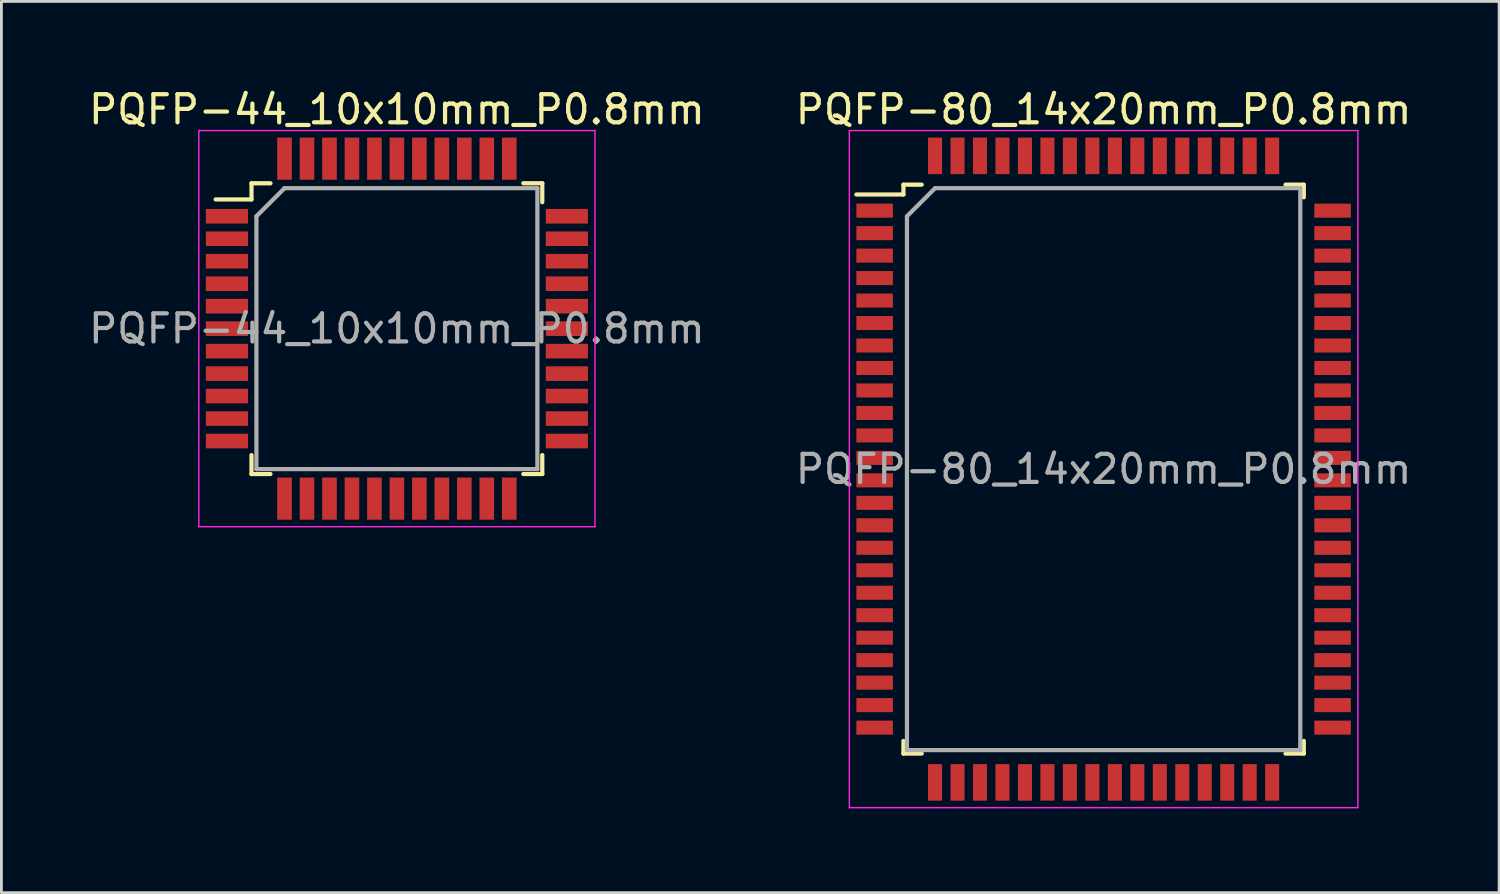
<source format=kicad_pcb>
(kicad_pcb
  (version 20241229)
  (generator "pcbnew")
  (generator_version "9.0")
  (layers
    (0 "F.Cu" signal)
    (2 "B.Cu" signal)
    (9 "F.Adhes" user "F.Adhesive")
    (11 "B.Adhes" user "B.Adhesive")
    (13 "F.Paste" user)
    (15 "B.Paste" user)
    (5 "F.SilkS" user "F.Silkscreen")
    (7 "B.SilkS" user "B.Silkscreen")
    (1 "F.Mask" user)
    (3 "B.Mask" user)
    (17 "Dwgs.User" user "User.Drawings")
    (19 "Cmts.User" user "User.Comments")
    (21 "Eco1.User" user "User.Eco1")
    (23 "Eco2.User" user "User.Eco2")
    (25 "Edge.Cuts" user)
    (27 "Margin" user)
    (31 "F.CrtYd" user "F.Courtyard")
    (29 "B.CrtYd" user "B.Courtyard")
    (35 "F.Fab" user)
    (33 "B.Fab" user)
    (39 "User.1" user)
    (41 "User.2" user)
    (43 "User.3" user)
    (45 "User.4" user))
  (footprint "PQFP-44_10x10mm_P0.8mm"
    (layer "F.Cu")
    (at 11.077 8.648)
    (property "Reference" "PQFP-44_10x10mm_P0.8mm" (at 0 -7.8 0) (layer "F.SilkS") (effects (font (size 1 1) (thickness 0.15))))
    (attr smd)
    (fp_line (start -5.175 -5.175) (end -5.175 -4.6) (stroke (width 0.15) (type solid)) (layer "F.SilkS"))
    (fp_line (start -5.175 -5.175) (end -4.5 -5.175) (stroke (width 0.15) (type solid)) (layer "F.SilkS"))
    (fp_line (start -5.175 -4.6) (end -6.45 -4.6) (stroke (width 0.15) (type solid)) (layer "F.SilkS"))
    (fp_line (start -5.175 5.175) (end -5.175 4.5) (stroke (width 0.15) (type solid)) (layer "F.SilkS"))
    (fp_line (start -5.175 5.175) (end -4.5 5.175) (stroke (width 0.15) (type solid)) (layer "F.SilkS"))
    (fp_line (start 5.175 -5.175) (end 4.5 -5.175) (stroke (width 0.15) (type solid)) (layer "F.SilkS"))
    (fp_line (start 5.175 -5.175) (end 5.175 -4.5) (stroke (width 0.15) (type solid)) (layer "F.SilkS"))
    (fp_line (start 5.175 5.175) (end 4.5 5.175) (stroke (width 0.15) (type solid)) (layer "F.SilkS"))
    (fp_line (start 5.175 5.175) (end 5.175 4.5) (stroke (width 0.15) (type solid)) (layer "F.SilkS"))
    (fp_line (start -7.05 -7.05) (end -7.05 7.05) (stroke (width 0.05) (type solid)) (layer "F.CrtYd"))
    (fp_line (start -7.05 -7.05) (end 7.05 -7.05) (stroke (width 0.05) (type solid)) (layer "F.CrtYd"))
    (fp_line (start -7.05 7.05) (end 7.05 7.05) (stroke (width 0.05) (type solid)) (layer "F.CrtYd"))
    (fp_line (start 7.05 -7.05) (end 7.05 7.05) (stroke (width 0.05) (type solid)) (layer "F.CrtYd"))
    (fp_line (start -5 -4) (end -4 -5) (stroke (width 0.15) (type solid)) (layer "F.Fab"))
    (fp_line (start -5 5) (end -5 -4) (stroke (width 0.15) (type solid)) (layer "F.Fab"))
    (fp_line (start -4 -5) (end 5 -5) (stroke (width 0.15) (type solid)) (layer "F.Fab"))
    (fp_line (start 5 -5) (end 5 5) (stroke (width 0.15) (type solid)) (layer "F.Fab"))
    (fp_line (start 5 5) (end -5 5) (stroke (width 0.15) (type solid)) (layer "F.Fab"))
    (fp_text user "${REFERENCE}" (at 0 0 0) (layer "F.Fab") (effects (font (size 1 1) (thickness 0.15))))
    (pad "1" smd rect (at -6.05 -4) (size 1.5 0.52) (layers "F.Cu" "F.Mask" "F.Paste"))
    (pad "2" smd rect (at -6.05 -3.2) (size 1.5 0.52) (layers "F.Cu" "F.Mask" "F.Paste"))
    (pad "3" smd rect (at -6.05 -2.4) (size 1.5 0.52) (layers "F.Cu" "F.Mask" "F.Paste"))
    (pad "4" smd rect (at -6.05 -1.6) (size 1.5 0.52) (layers "F.Cu" "F.Mask" "F.Paste"))
    (pad "5" smd rect (at -6.05 -0.8) (size 1.5 0.52) (layers "F.Cu" "F.Mask" "F.Paste"))
    (pad "6" smd rect (at -6.05 0) (size 1.5 0.52) (layers "F.Cu" "F.Mask" "F.Paste"))
    (pad "7" smd rect (at -6.05 0.8) (size 1.5 0.52) (layers "F.Cu" "F.Mask" "F.Paste"))
    (pad "8" smd rect (at -6.05 1.6) (size 1.5 0.52) (layers "F.Cu" "F.Mask" "F.Paste"))
    (pad "9" smd rect (at -6.05 2.4) (size 1.5 0.52) (layers "F.Cu" "F.Mask" "F.Paste"))
    (pad "10" smd rect (at -6.05 3.2) (size 1.5 0.52) (layers "F.Cu" "F.Mask" "F.Paste"))
    (pad "11" smd rect (at -6.05 4) (size 1.5 0.52) (layers "F.Cu" "F.Mask" "F.Paste"))
    (pad "12" smd rect (at -4 6.05) (size 0.52 1.5) (layers "F.Cu" "F.Mask" "F.Paste"))
    (pad "13" smd rect (at -3.2 6.05) (size 0.52 1.5) (layers "F.Cu" "F.Mask" "F.Paste"))
    (pad "14" smd rect (at -2.4 6.05) (size 0.52 1.5) (layers "F.Cu" "F.Mask" "F.Paste"))
    (pad "15" smd rect (at -1.6 6.05) (size 0.52 1.5) (layers "F.Cu" "F.Mask" "F.Paste"))
    (pad "16" smd rect (at -0.8 6.05) (size 0.52 1.5) (layers "F.Cu" "F.Mask" "F.Paste"))
    (pad "17" smd rect (at 0 6.05) (size 0.52 1.5) (layers "F.Cu" "F.Mask" "F.Paste"))
    (pad "18" smd rect (at 0.8 6.05) (size 0.52 1.5) (layers "F.Cu" "F.Mask" "F.Paste"))
    (pad "19" smd rect (at 1.6 6.05) (size 0.52 1.5) (layers "F.Cu" "F.Mask" "F.Paste"))
    (pad "20" smd rect (at 2.4 6.05) (size 0.52 1.5) (layers "F.Cu" "F.Mask" "F.Paste"))
    (pad "21" smd rect (at 3.2 6.05) (size 0.52 1.5) (layers "F.Cu" "F.Mask" "F.Paste"))
    (pad "22" smd rect (at 4 6.05) (size 0.52 1.5) (layers "F.Cu" "F.Mask" "F.Paste"))
    (pad "23" smd rect (at 6.05 4) (size 1.5 0.52) (layers "F.Cu" "F.Mask" "F.Paste"))
    (pad "24" smd rect (at 6.05 3.2) (size 1.5 0.52) (layers "F.Cu" "F.Mask" "F.Paste"))
    (pad "25" smd rect (at 6.05 2.4) (size 1.5 0.52) (layers "F.Cu" "F.Mask" "F.Paste"))
    (pad "26" smd rect (at 6.05 1.6) (size 1.5 0.52) (layers "F.Cu" "F.Mask" "F.Paste"))
    (pad "27" smd rect (at 6.05 0.8) (size 1.5 0.52) (layers "F.Cu" "F.Mask" "F.Paste"))
    (pad "28" smd rect (at 6.05 0) (size 1.5 0.52) (layers "F.Cu" "F.Mask" "F.Paste"))
    (pad "29" smd rect (at 6.05 -0.8) (size 1.5 0.52) (layers "F.Cu" "F.Mask" "F.Paste"))
    (pad "30" smd rect (at 6.05 -1.6) (size 1.5 0.52) (layers "F.Cu" "F.Mask" "F.Paste"))
    (pad "31" smd rect (at 6.05 -2.4) (size 1.5 0.52) (layers "F.Cu" "F.Mask" "F.Paste"))
    (pad "32" smd rect (at 6.05 -3.2) (size 1.5 0.52) (layers "F.Cu" "F.Mask" "F.Paste"))
    (pad "33" smd rect (at 6.05 -4) (size 1.5 0.52) (layers "F.Cu" "F.Mask" "F.Paste"))
    (pad "34" smd rect (at 4 -6.05) (size 0.52 1.5) (layers "F.Cu" "F.Mask" "F.Paste"))
    (pad "35" smd rect (at 3.2 -6.05) (size 0.52 1.5) (layers "F.Cu" "F.Mask" "F.Paste"))
    (pad "36" smd rect (at 2.4 -6.05) (size 0.52 1.5) (layers "F.Cu" "F.Mask" "F.Paste"))
    (pad "37" smd rect (at 1.6 -6.05) (size 0.52 1.5) (layers "F.Cu" "F.Mask" "F.Paste"))
    (pad "38" smd rect (at 0.8 -6.05) (size 0.52 1.5) (layers "F.Cu" "F.Mask" "F.Paste"))
    (pad "39" smd rect (at 0 -6.05) (size 0.52 1.5) (layers "F.Cu" "F.Mask" "F.Paste"))
    (pad "40" smd rect (at -0.8 -6.05) (size 0.52 1.5) (layers "F.Cu" "F.Mask" "F.Paste"))
    (pad "41" smd rect (at -1.6 -6.05) (size 0.52 1.5) (layers "F.Cu" "F.Mask" "F.Paste"))
    (pad "42" smd rect (at -2.4 -6.05) (size 0.52 1.5) (layers "F.Cu" "F.Mask" "F.Paste"))
    (pad "43" smd rect (at -3.2 -6.05) (size 0.52 1.5) (layers "F.Cu" "F.Mask" "F.Paste"))
    (pad "44" smd rect (at -4 -6.05) (size 0.52 1.5) (layers "F.Cu" "F.Mask" "F.Paste")))
  (footprint "PQFP-80_14x20mm_P0.8mm"
    (layer "F.Cu")
    (at 36.232 13.648)
    (property "Reference" "PQFP-80_14x20mm_P0.8mm" (at 0 -12.8 0) (layer "F.SilkS") (effects (font (size 1 1) (thickness 0.15))))
    (attr smd)
    (fp_line (start -7.125 -10.125) (end -7.125 -9.775) (stroke (width 0.15) (type solid)) (layer "F.SilkS"))
    (fp_line (start -7.125 -10.125) (end -6.475 -10.125) (stroke (width 0.15) (type solid)) (layer "F.SilkS"))
    (fp_line (start -7.125 -9.775) (end -8.8 -9.775) (stroke (width 0.15) (type solid)) (layer "F.SilkS"))
    (fp_line (start -7.125 10.125) (end -7.125 9.675) (stroke (width 0.15) (type solid)) (layer "F.SilkS"))
    (fp_line (start -7.125 10.125) (end -6.475 10.125) (stroke (width 0.15) (type solid)) (layer "F.SilkS"))
    (fp_line (start 7.125 -10.125) (end 6.475 -10.125) (stroke (width 0.15) (type solid)) (layer "F.SilkS"))
    (fp_line (start 7.125 -10.125) (end 7.125 -9.675) (stroke (width 0.15) (type solid)) (layer "F.SilkS"))
    (fp_line (start 7.125 10.125) (end 6.475 10.125) (stroke (width 0.15) (type solid)) (layer "F.SilkS"))
    (fp_line (start 7.125 10.125) (end 7.125 9.675) (stroke (width 0.15) (type solid)) (layer "F.SilkS"))
    (fp_line (start -9.05 -12.05) (end -9.05 12.05) (stroke (width 0.05) (type solid)) (layer "F.CrtYd"))
    (fp_line (start -9.05 -12.05) (end 9.05 -12.05) (stroke (width 0.05) (type solid)) (layer "F.CrtYd"))
    (fp_line (start -9.05 12.05) (end 9.05 12.05) (stroke (width 0.05) (type solid)) (layer "F.CrtYd"))
    (fp_line (start 9.05 -12.05) (end 9.05 12.05) (stroke (width 0.05) (type solid)) (layer "F.CrtYd"))
    (fp_line (start -7 -9) (end -6 -10) (stroke (width 0.15) (type solid)) (layer "F.Fab"))
    (fp_line (start -7 10) (end -7 -9) (stroke (width 0.15) (type solid)) (layer "F.Fab"))
    (fp_line (start -6 -10) (end 7 -10) (stroke (width 0.15) (type solid)) (layer "F.Fab"))
    (fp_line (start 7 -10) (end 7 10) (stroke (width 0.15) (type solid)) (layer "F.Fab"))
    (fp_line (start 7 10) (end -7 10) (stroke (width 0.15) (type solid)) (layer "F.Fab"))
    (fp_text user "${REFERENCE}" (at 0 0 0) (layer "F.Fab") (effects (font (size 1 1) (thickness 0.15))))
    (pad "1" smd rect (at -8.15 -9.2) (size 1.3 0.5) (layers "F.Cu" "F.Mask" "F.Paste"))
    (pad "2" smd rect (at -8.15 -8.4) (size 1.3 0.5) (layers "F.Cu" "F.Mask" "F.Paste"))
    (pad "3" smd rect (at -8.15 -7.6) (size 1.3 0.5) (layers "F.Cu" "F.Mask" "F.Paste"))
    (pad "4" smd rect (at -8.15 -6.8) (size 1.3 0.5) (layers "F.Cu" "F.Mask" "F.Paste"))
    (pad "5" smd rect (at -8.15 -6) (size 1.3 0.5) (layers "F.Cu" "F.Mask" "F.Paste"))
    (pad "6" smd rect (at -8.15 -5.2) (size 1.3 0.5) (layers "F.Cu" "F.Mask" "F.Paste"))
    (pad "7" smd rect (at -8.15 -4.4) (size 1.3 0.5) (layers "F.Cu" "F.Mask" "F.Paste"))
    (pad "8" smd rect (at -8.15 -3.6) (size 1.3 0.5) (layers "F.Cu" "F.Mask" "F.Paste"))
    (pad "9" smd rect (at -8.15 -2.8) (size 1.3 0.5) (layers "F.Cu" "F.Mask" "F.Paste"))
    (pad "10" smd rect (at -8.15 -2) (size 1.3 0.5) (layers "F.Cu" "F.Mask" "F.Paste"))
    (pad "11" smd rect (at -8.15 -1.2) (size 1.3 0.5) (layers "F.Cu" "F.Mask" "F.Paste"))
    (pad "12" smd rect (at -8.15 -0.4) (size 1.3 0.5) (layers "F.Cu" "F.Mask" "F.Paste"))
    (pad "13" smd rect (at -8.15 0.4) (size 1.3 0.5) (layers "F.Cu" "F.Mask" "F.Paste"))
    (pad "14" smd rect (at -8.15 1.2) (size 1.3 0.5) (layers "F.Cu" "F.Mask" "F.Paste"))
    (pad "15" smd rect (at -8.15 2) (size 1.3 0.5) (layers "F.Cu" "F.Mask" "F.Paste"))
    (pad "16" smd rect (at -8.15 2.8) (size 1.3 0.5) (layers "F.Cu" "F.Mask" "F.Paste"))
    (pad "17" smd rect (at -8.15 3.6) (size 1.3 0.5) (layers "F.Cu" "F.Mask" "F.Paste"))
    (pad "18" smd rect (at -8.15 4.4) (size 1.3 0.5) (layers "F.Cu" "F.Mask" "F.Paste"))
    (pad "19" smd rect (at -8.15 5.2) (size 1.3 0.5) (layers "F.Cu" "F.Mask" "F.Paste"))
    (pad "20" smd rect (at -8.15 6) (size 1.3 0.5) (layers "F.Cu" "F.Mask" "F.Paste"))
    (pad "21" smd rect (at -8.15 6.8) (size 1.3 0.5) (layers "F.Cu" "F.Mask" "F.Paste"))
    (pad "22" smd rect (at -8.15 7.6) (size 1.3 0.5) (layers "F.Cu" "F.Mask" "F.Paste"))
    (pad "23" smd rect (at -8.15 8.4) (size 1.3 0.5) (layers "F.Cu" "F.Mask" "F.Paste"))
    (pad "24" smd rect (at -8.15 9.2) (size 1.3 0.5) (layers "F.Cu" "F.Mask" "F.Paste"))
    (pad "25" smd rect (at -6 11.15 90) (size 1.3 0.5) (layers "F.Cu" "F.Mask" "F.Paste"))
    (pad "26" smd rect (at -5.2 11.15 90) (size 1.3 0.5) (layers "F.Cu" "F.Mask" "F.Paste"))
    (pad "27" smd rect (at -4.4 11.15 90) (size 1.3 0.5) (layers "F.Cu" "F.Mask" "F.Paste"))
    (pad "28" smd rect (at -3.6 11.15 90) (size 1.3 0.5) (layers "F.Cu" "F.Mask" "F.Paste"))
    (pad "29" smd rect (at -2.8 11.15 90) (size 1.3 0.5) (layers "F.Cu" "F.Mask" "F.Paste"))
    (pad "30" smd rect (at -2 11.15 90) (size 1.3 0.5) (layers "F.Cu" "F.Mask" "F.Paste"))
    (pad "31" smd rect (at -1.2 11.15 90) (size 1.3 0.5) (layers "F.Cu" "F.Mask" "F.Paste"))
    (pad "32" smd rect (at -0.4 11.15 90) (size 1.3 0.5) (layers "F.Cu" "F.Mask" "F.Paste"))
    (pad "33" smd rect (at 0.4 11.15 90) (size 1.3 0.5) (layers "F.Cu" "F.Mask" "F.Paste"))
    (pad "34" smd rect (at 1.2 11.15 90) (size 1.3 0.5) (layers "F.Cu" "F.Mask" "F.Paste"))
    (pad "35" smd rect (at 2 11.15 90) (size 1.3 0.5) (layers "F.Cu" "F.Mask" "F.Paste"))
    (pad "36" smd rect (at 2.8 11.15 90) (size 1.3 0.5) (layers "F.Cu" "F.Mask" "F.Paste"))
    (pad "37" smd rect (at 3.6 11.15 90) (size 1.3 0.5) (layers "F.Cu" "F.Mask" "F.Paste"))
    (pad "38" smd rect (at 4.4 11.15 90) (size 1.3 0.5) (layers "F.Cu" "F.Mask" "F.Paste"))
    (pad "39" smd rect (at 5.2 11.15 90) (size 1.3 0.5) (layers "F.Cu" "F.Mask" "F.Paste"))
    (pad "40" smd rect (at 6 11.15 90) (size 1.3 0.5) (layers "F.Cu" "F.Mask" "F.Paste"))
    (pad "41" smd rect (at 8.15 9.2) (size 1.3 0.5) (layers "F.Cu" "F.Mask" "F.Paste"))
    (pad "42" smd rect (at 8.15 8.4) (size 1.3 0.5) (layers "F.Cu" "F.Mask" "F.Paste"))
    (pad "43" smd rect (at 8.15 7.6) (size 1.3 0.5) (layers "F.Cu" "F.Mask" "F.Paste"))
    (pad "44" smd rect (at 8.15 6.8) (size 1.3 0.5) (layers "F.Cu" "F.Mask" "F.Paste"))
    (pad "45" smd rect (at 8.15 6) (size 1.3 0.5) (layers "F.Cu" "F.Mask" "F.Paste"))
    (pad "46" smd rect (at 8.15 5.2) (size 1.3 0.5) (layers "F.Cu" "F.Mask" "F.Paste"))
    (pad "47" smd rect (at 8.15 4.4) (size 1.3 0.5) (layers "F.Cu" "F.Mask" "F.Paste"))
    (pad "48" smd rect (at 8.15 3.6) (size 1.3 0.5) (layers "F.Cu" "F.Mask" "F.Paste"))
    (pad "49" smd rect (at 8.15 2.8) (size 1.3 0.5) (layers "F.Cu" "F.Mask" "F.Paste"))
    (pad "50" smd rect (at 8.15 2) (size 1.3 0.5) (layers "F.Cu" "F.Mask" "F.Paste"))
    (pad "51" smd rect (at 8.15 1.2) (size 1.3 0.5) (layers "F.Cu" "F.Mask" "F.Paste"))
    (pad "52" smd rect (at 8.15 0.4) (size 1.3 0.5) (layers "F.Cu" "F.Mask" "F.Paste"))
    (pad "53" smd rect (at 8.15 -0.4) (size 1.3 0.5) (layers "F.Cu" "F.Mask" "F.Paste"))
    (pad "54" smd rect (at 8.15 -1.2) (size 1.3 0.5) (layers "F.Cu" "F.Mask" "F.Paste"))
    (pad "55" smd rect (at 8.15 -2) (size 1.3 0.5) (layers "F.Cu" "F.Mask" "F.Paste"))
    (pad "56" smd rect (at 8.15 -2.8) (size 1.3 0.5) (layers "F.Cu" "F.Mask" "F.Paste"))
    (pad "57" smd rect (at 8.15 -3.6) (size 1.3 0.5) (layers "F.Cu" "F.Mask" "F.Paste"))
    (pad "58" smd rect (at 8.15 -4.4) (size 1.3 0.5) (layers "F.Cu" "F.Mask" "F.Paste"))
    (pad "59" smd rect (at 8.15 -5.2) (size 1.3 0.5) (layers "F.Cu" "F.Mask" "F.Paste"))
    (pad "60" smd rect (at 8.15 -6) (size 1.3 0.5) (layers "F.Cu" "F.Mask" "F.Paste"))
    (pad "61" smd rect (at 8.15 -6.8) (size 1.3 0.5) (layers "F.Cu" "F.Mask" "F.Paste"))
    (pad "62" smd rect (at 8.15 -7.6) (size 1.3 0.5) (layers "F.Cu" "F.Mask" "F.Paste"))
    (pad "63" smd rect (at 8.15 -8.4) (size 1.3 0.5) (layers "F.Cu" "F.Mask" "F.Paste"))
    (pad "64" smd rect (at 8.15 -9.2) (size 1.3 0.5) (layers "F.Cu" "F.Mask" "F.Paste"))
    (pad "65" smd rect (at 6 -11.15 90) (size 1.3 0.5) (layers "F.Cu" "F.Mask" "F.Paste"))
    (pad "66" smd rect (at 5.2 -11.15 90) (size 1.3 0.5) (layers "F.Cu" "F.Mask" "F.Paste"))
    (pad "67" smd rect (at 4.4 -11.15 90) (size 1.3 0.5) (layers "F.Cu" "F.Mask" "F.Paste"))
    (pad "68" smd rect (at 3.6 -11.15 90) (size 1.3 0.5) (layers "F.Cu" "F.Mask" "F.Paste"))
    (pad "69" smd rect (at 2.8 -11.15 90) (size 1.3 0.5) (layers "F.Cu" "F.Mask" "F.Paste"))
    (pad "70" smd rect (at 2 -11.15 90) (size 1.3 0.5) (layers "F.Cu" "F.Mask" "F.Paste"))
    (pad "71" smd rect (at 1.2 -11.15 90) (size 1.3 0.5) (layers "F.Cu" "F.Mask" "F.Paste"))
    (pad "72" smd rect (at 0.4 -11.15 90) (size 1.3 0.5) (layers "F.Cu" "F.Mask" "F.Paste"))
    (pad "73" smd rect (at -0.4 -11.15 90) (size 1.3 0.5) (layers "F.Cu" "F.Mask" "F.Paste"))
    (pad "74" smd rect (at -1.2 -11.15 90) (size 1.3 0.5) (layers "F.Cu" "F.Mask" "F.Paste"))
    (pad "75" smd rect (at -2 -11.15 90) (size 1.3 0.5) (layers "F.Cu" "F.Mask" "F.Paste"))
    (pad "76" smd rect (at -2.8 -11.15 90) (size 1.3 0.5) (layers "F.Cu" "F.Mask" "F.Paste"))
    (pad "77" smd rect (at -3.6 -11.15 90) (size 1.3 0.5) (layers "F.Cu" "F.Mask" "F.Paste"))
    (pad "78" smd rect (at -4.4 -11.15 90) (size 1.3 0.5) (layers "F.Cu" "F.Mask" "F.Paste"))
    (pad "79" smd rect (at -5.2 -11.15 90) (size 1.3 0.5) (layers "F.Cu" "F.Mask" "F.Paste"))
    (pad "80" smd rect (at -6 -11.15 90) (size 1.3 0.5) (layers "F.Cu" "F.Mask" "F.Paste")))
  (gr_rect
    (start -3 -3)
    (end 50.31 28.723)
    (stroke (width 0.1) (type default))
    (fill no)
    (layer "Edge.Cuts")))
</source>
